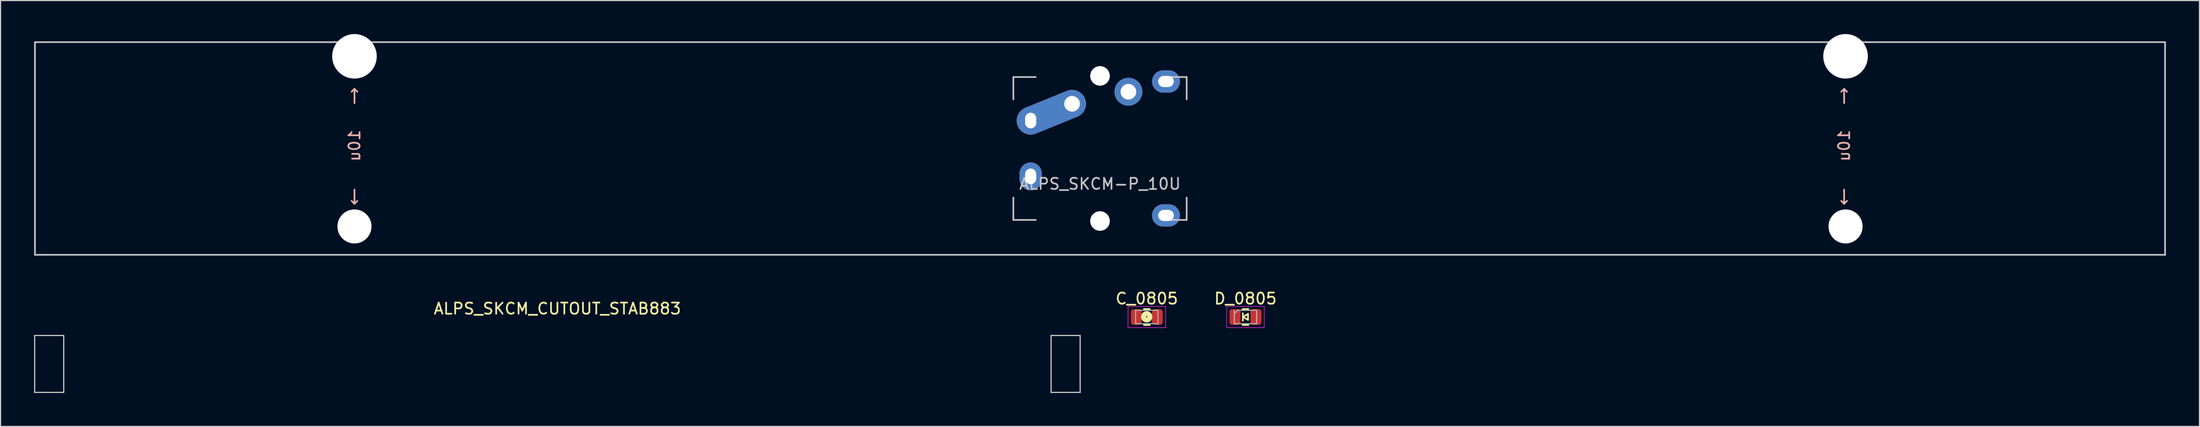
<source format=kicad_pcb>
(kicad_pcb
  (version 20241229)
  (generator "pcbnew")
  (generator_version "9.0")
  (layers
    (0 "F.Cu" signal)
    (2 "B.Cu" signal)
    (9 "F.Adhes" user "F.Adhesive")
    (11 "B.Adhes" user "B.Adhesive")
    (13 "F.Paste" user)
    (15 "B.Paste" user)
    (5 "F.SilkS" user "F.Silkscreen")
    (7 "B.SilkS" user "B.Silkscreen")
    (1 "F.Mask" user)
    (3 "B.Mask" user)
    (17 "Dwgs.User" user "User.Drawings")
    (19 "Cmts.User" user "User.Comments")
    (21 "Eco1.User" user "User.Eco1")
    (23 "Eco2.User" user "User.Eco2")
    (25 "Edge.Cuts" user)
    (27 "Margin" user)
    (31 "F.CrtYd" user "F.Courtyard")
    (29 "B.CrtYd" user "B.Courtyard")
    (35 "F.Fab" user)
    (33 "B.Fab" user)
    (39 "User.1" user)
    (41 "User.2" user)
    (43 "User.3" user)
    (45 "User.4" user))
  (footprint "D_0805"
    (layer "F.Cu")
    (at 108.332 25.347)
    (property "Reference" "D_0805" (at 0 -1.65 0) (layer "F.SilkS") (effects (font (size 1 1) (thickness 0.15))))
    (attr smd)
    (fp_line (start -0.259 -0.71) (end 0.259 -0.71) (stroke (width 0.15) (type solid)) (layer "F.SilkS"))
    (fp_line (start -0.259 0.71) (end 0.259 0.71) (stroke (width 0.15) (type solid)) (layer "F.SilkS"))
    (fp_line (start -0.229 -0.33) (end -0.229 0.33) (stroke (width 0.15) (type solid)) (layer "F.SilkS"))
    (fp_line (start -0.229 0) (end 0.229 -0.279) (stroke (width 0.15) (type solid)) (layer "F.SilkS"))
    (fp_line (start 0.229 -0.279) (end 0.229 0.254) (stroke (width 0.15) (type solid)) (layer "F.SilkS"))
    (fp_line (start 0.229 0.254) (end -0.229 0) (stroke (width 0.15) (type solid)) (layer "F.SilkS"))
    (fp_line (start -1.68 -0.95) (end 1.68 -0.95) (stroke (width 0.05) (type solid)) (layer "F.CrtYd"))
    (fp_line (start -1.68 0.95) (end -1.68 -0.95) (stroke (width 0.05) (type solid)) (layer "F.CrtYd"))
    (fp_line (start 1.68 -0.95) (end 1.68 0.95) (stroke (width 0.05) (type solid)) (layer "F.CrtYd"))
    (fp_line (start 1.68 0.95) (end -1.68 0.95) (stroke (width 0.05) (type solid)) (layer "F.CrtYd"))
    (fp_line (start -1 -0.3) (end -1 0.6) (stroke (width 0.1) (type solid)) (layer "F.Fab"))
    (fp_line (start -1 0.6) (end -1 -0.6) (stroke (width 0.1) (type solid)) (layer "F.Fab"))
    (fp_line (start -1 0.6) (end 1 0.6) (stroke (width 0.1) (type solid)) (layer "F.Fab"))
    (fp_line (start -0.7 -0.6) (end -1 -0.3) (stroke (width 0.1) (type solid)) (layer "F.Fab"))
    (fp_line (start 1 -0.6) (end -0.7 -0.6) (stroke (width 0.1) (type solid)) (layer "F.Fab"))
    (fp_line (start 1 -0.6) (end 1 0.6) (stroke (width 0.1) (type solid)) (layer "F.Fab"))
    (fp_line (start 1 0.6) (end 1 -0.6) (stroke (width 0.1) (type solid)) (layer "F.Fab"))
    (pad "1" smd roundrect (at -0.938 0) (size 0.975 1.4) (layers "F.Cu" "F.Mask" "F.Paste") (roundrect_rratio 0.25))
    (pad "1" smd roundrect (at -0.938 0) (size 0.975 1.4) (layers "F.Cu" "F.Mask" "F.Paste") (roundrect_rratio 0.25))
    (pad "2" smd roundrect (at 0.938 0) (size 0.975 1.4) (layers "F.Cu" "F.Mask" "F.Paste") (roundrect_rratio 0.25))
    (pad "2" smd roundrect (at 0.938 0) (size 0.975 1.4) (layers "F.Cu" "F.Mask" "F.Paste") (roundrect_rratio 0.25)))
  (footprint "ALPS_SKCM-P_10U"
    (layer "F.Cu")
    (at 95.325 10.249)
    (property "Reference" "ALPS_SKCM-P_10U" (at 0 3.175 0) (layer "Dwgs.User") (effects (font (size 1 1) (thickness 0.15))))
    (attr through_hole)
    (fp_line (start -66.675 -5.334) (end -66.929 -5.08) (stroke (width 0.15) (type solid)) (layer "B.SilkS"))
    (fp_line (start -66.675 -5.334) (end -66.675 -4.064) (stroke (width 0.15) (type solid)) (layer "B.SilkS"))
    (fp_line (start -66.675 -5.334) (end -66.421 -5.08) (stroke (width 0.15) (type solid)) (layer "B.SilkS"))
    (fp_line (start -66.675 4.953) (end -66.929 4.699) (stroke (width 0.15) (type solid)) (layer "B.SilkS"))
    (fp_line (start -66.675 4.953) (end -66.675 3.683) (stroke (width 0.15) (type solid)) (layer "B.SilkS"))
    (fp_line (start -66.675 4.953) (end -66.421 4.699) (stroke (width 0.15) (type solid)) (layer "B.SilkS"))
    (fp_line (start 66.548 -5.334) (end 66.294 -5.08) (stroke (width 0.15) (type solid)) (layer "B.SilkS"))
    (fp_line (start 66.548 -5.334) (end 66.548 -4.064) (stroke (width 0.15) (type solid)) (layer "B.SilkS"))
    (fp_line (start 66.548 -5.334) (end 66.802 -5.08) (stroke (width 0.15) (type solid)) (layer "B.SilkS"))
    (fp_line (start 66.548 4.953) (end 66.294 4.699) (stroke (width 0.15) (type solid)) (layer "B.SilkS"))
    (fp_line (start 66.548 4.953) (end 66.548 3.683) (stroke (width 0.15) (type solid)) (layer "B.SilkS"))
    (fp_line (start 66.548 4.953) (end 66.802 4.699) (stroke (width 0.15) (type solid)) (layer "B.SilkS"))
    (fp_line (start -95.25 -9.525) (end 95.25 -9.525) (stroke (width 0.15) (type solid)) (layer "Dwgs.User"))
    (fp_line (start -95.25 9.525) (end -95.25 -9.525) (stroke (width 0.15) (type solid)) (layer "Dwgs.User"))
    (fp_line (start -95.25 9.525) (end 95.25 9.525) (stroke (width 0.15) (type solid)) (layer "Dwgs.User"))
    (fp_line (start -7.75 -6.4) (end -5.75 -6.4) (stroke (width 0.15) (type solid)) (layer "Dwgs.User"))
    (fp_line (start -7.75 -4.4) (end -7.75 -6.4) (stroke (width 0.15) (type solid)) (layer "Dwgs.User"))
    (fp_line (start -7.75 6.4) (end -7.75 4.4) (stroke (width 0.15) (type solid)) (layer "Dwgs.User"))
    (fp_line (start -7.75 6.4) (end -5.75 6.4) (stroke (width 0.15) (type solid)) (layer "Dwgs.User"))
    (fp_line (start 5.75 -6.4) (end 7.75 -6.4) (stroke (width 0.15) (type solid)) (layer "Dwgs.User"))
    (fp_line (start 5.75 6.4) (end 7.75 6.4) (stroke (width 0.15) (type solid)) (layer "Dwgs.User"))
    (fp_line (start 7.75 -4.4) (end 7.75 -6.4) (stroke (width 0.15) (type solid)) (layer "Dwgs.User"))
    (fp_line (start 7.75 6.4) (end 7.75 4.4) (stroke (width 0.15) (type solid)) (layer "Dwgs.User"))
    (fp_line (start 95.25 -9.525) (end 95.25 9.525) (stroke (width 0.15) (type solid)) (layer "Dwgs.User"))
    (fp_text user "10u" (at -66.675 -0.254 90) (layer "B.SilkS") (effects (font (size 1 1) (thickness 0.15)) (justify mirror)))
    (fp_text user "10u" (at 66.548 -0.254 90) (layer "B.SilkS") (effects (font (size 1 1) (thickness 0.15)) (justify mirror)))
    (pad "" np_thru_hole circle (at -66.675 -8.255) (size 3.988 3.988) (drill 3.988) (layers "*.Cu" "*.Mask"))
    (pad "" np_thru_hole circle (at -66.675 6.985) (size 3.048 3.048) (drill 3.048) (layers "*.Cu" "*.Mask"))
    (pad "" np_thru_hole circle (at 0 -6.5) (size 1.75 1.75) (drill 1.75) (layers "*.Cu" "*.Mask"))
    (pad "" np_thru_hole circle (at 0 6.5 90) (size 1.75 1.75) (drill 1.75) (layers "*.Cu" "*.Mask"))
    (pad "" np_thru_hole circle (at 66.675 -8.255) (size 3.988 3.988) (drill 3.988) (layers "*.Cu" "*.Mask"))
    (pad "" np_thru_hole circle (at 66.675 6.985) (size 3.048 3.048) (drill 3.048) (layers "*.Cu" "*.Mask"))
    (pad "1" thru_hole oval (at -6.2 -2.5 180) (size 2 2.5) (drill oval 1 1.4) (layers "*.Cu" "*.Mask"))
    (pad "1" thru_hole oval (at -2.5 -4 22.2) (size 6.5 2.5) (drill 1.4 (offset -2 0)) (layers "*.Cu" "*.Mask"))
    (pad "2" thru_hole oval (at -6.2 2.5 90) (size 2.5 2) (drill oval 1.4 1) (layers "*.Cu" "*.Mask"))
    (pad "2" thru_hole circle (at 2.54 -5.08 270) (size 2.5 2.5) (drill 1.4) (layers "*.Cu" "*.Mask"))
    (pad "NC" thru_hole oval (at 5.9 -6 180) (size 2.5 2) (drill oval 1.4 1) (layers "*.Cu" "*.Mask"))
    (pad "NC" thru_hole oval (at 5.9 6 180) (size 2.5 2) (drill oval 1.4 1) (layers "*.Cu" "*.Mask")))
  (footprint "C_0805"
    (layer "F.Cu")
    (at 99.511 25.347)
    (property "Reference" "C_0805" (at 0 -1.65 0) (layer "F.SilkS") (effects (font (size 1 1) (thickness 0.15))))
    (attr smd)
    (fp_line (start -0.259 -0.71) (end 0.259 -0.71) (stroke (width 0.15) (type solid)) (layer "F.SilkS"))
    (fp_line (start -0.259 0.71) (end 0.259 0.71) (stroke (width 0.15) (type solid)) (layer "F.SilkS"))
    (fp_circle (center -0.01 -0.02) (end 0.046 -0.02) (stroke (width 0.45) (type solid)) (fill no) (layer "F.SilkS"))
    (fp_line (start -1.68 -0.95) (end 1.68 -0.95) (stroke (width 0.05) (type solid)) (layer "F.CrtYd"))
    (fp_line (start -1.68 0.95) (end -1.68 -0.95) (stroke (width 0.05) (type solid)) (layer "F.CrtYd"))
    (fp_line (start 1.68 -0.95) (end 1.68 0.95) (stroke (width 0.05) (type solid)) (layer "F.CrtYd"))
    (fp_line (start 1.68 0.95) (end -1.68 0.95) (stroke (width 0.05) (type solid)) (layer "F.CrtYd"))
    (fp_line (start -1 -0.6) (end 1 -0.6) (stroke (width 0.1) (type solid)) (layer "F.Fab"))
    (fp_line (start -1 0.6) (end -1 -0.6) (stroke (width 0.1) (type solid)) (layer "F.Fab"))
    (fp_line (start 1 -0.6) (end 1 0.6) (stroke (width 0.1) (type solid)) (layer "F.Fab"))
    (fp_line (start 1 0.6) (end -1 0.6) (stroke (width 0.1) (type solid)) (layer "F.Fab"))
    (pad "1" smd roundrect (at -0.938 0) (size 0.975 1.4) (layers "F.Cu" "F.Mask" "F.Paste") (roundrect_rratio 0.25))
    (pad "2" smd roundrect (at 0.938 0) (size 0.975 1.4) (layers "F.Cu" "F.Mask" "F.Paste") (roundrect_rratio 0.25)))
  (footprint "ALPS_SKCM_CUTOUT_STAB883"
    (layer "F.Cu")
    (at 46.8 23.099)
    (property "Reference" "ALPS_SKCM_CUTOUT_STAB883" (at 0 1.5 0) (layer "F.SilkS") (effects (font (size 1 1) (thickness 0.15))))
    (attr through_hole)
    (fp_line (start -46.75 3.9) (end -44.15 3.9) (stroke (width 0.1) (type solid)) (layer "Edge.Cuts"))
    (fp_line (start -46.75 9) (end -46.75 3.9) (stroke (width 0.1) (type solid)) (layer "Edge.Cuts"))
    (fp_line (start -44.15 3.9) (end -44.15 9) (stroke (width 0.1) (type solid)) (layer "Edge.Cuts"))
    (fp_line (start -44.15 9) (end -46.75 9) (stroke (width 0.1) (type solid)) (layer "Edge.Cuts"))
    (fp_line (start 44.15 3.9) (end 44.15 9) (stroke (width 0.1) (type solid)) (layer "Edge.Cuts"))
    (fp_line (start 44.15 9) (end 46.75 9) (stroke (width 0.1) (type solid)) (layer "Edge.Cuts"))
    (fp_line (start 46.75 3.9) (end 44.15 3.9) (stroke (width 0.1) (type solid)) (layer "Edge.Cuts"))
    (fp_line (start 46.75 9) (end 46.75 3.9) (stroke (width 0.1) (type solid)) (layer "Edge.Cuts")))
  (gr_rect
    (start -3 -3)
    (end 193.65 35.149)
    (stroke (width 0.1) (type default))
    (fill no)
    (layer "Edge.Cuts")))
</source>
